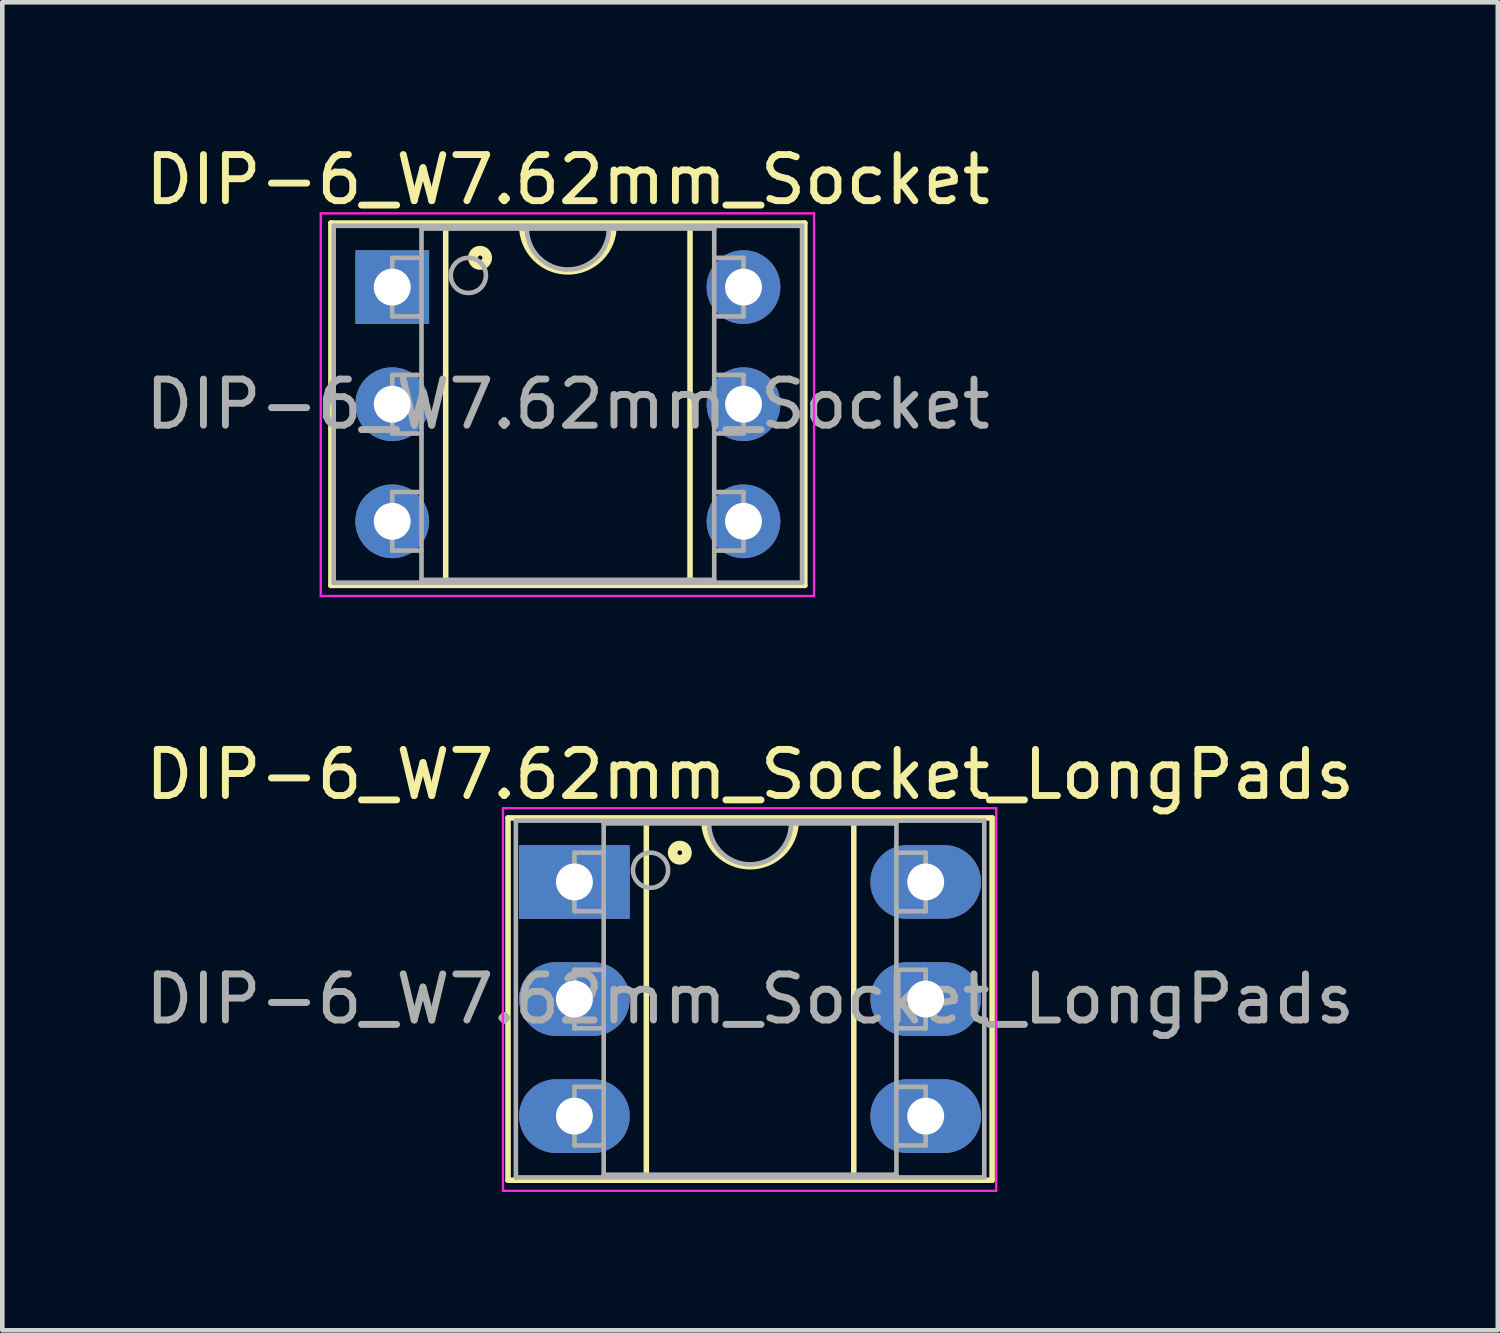
<source format=kicad_pcb>
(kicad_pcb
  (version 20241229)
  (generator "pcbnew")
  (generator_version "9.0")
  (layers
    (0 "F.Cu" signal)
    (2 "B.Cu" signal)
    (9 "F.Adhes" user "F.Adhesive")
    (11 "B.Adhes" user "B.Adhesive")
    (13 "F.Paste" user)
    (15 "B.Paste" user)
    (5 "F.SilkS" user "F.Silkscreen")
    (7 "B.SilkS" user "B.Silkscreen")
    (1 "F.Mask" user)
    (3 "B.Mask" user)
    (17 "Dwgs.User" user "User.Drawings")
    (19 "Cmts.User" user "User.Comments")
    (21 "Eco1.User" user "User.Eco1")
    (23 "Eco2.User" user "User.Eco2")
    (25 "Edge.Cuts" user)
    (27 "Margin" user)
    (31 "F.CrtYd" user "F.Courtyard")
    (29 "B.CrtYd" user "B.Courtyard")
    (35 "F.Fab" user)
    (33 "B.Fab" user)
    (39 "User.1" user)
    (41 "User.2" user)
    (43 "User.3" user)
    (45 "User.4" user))
  (footprint "DIP-6_W7.62mm_Socket_LongPads"
    (layer "F.Cu")
    (at 9.41 16.081)
    (property "Reference" "DIP-6_W7.62mm_Socket_LongPads" (at 3.81 -2.33 0) (layer "F.SilkS") (effects (font (size 1 1) (thickness 0.15))))
    (attr through_hole)
    (fp_line (start -1.44 -1.39) (end -1.44 6.47) (stroke (width 0.12) (type solid)) (layer "F.SilkS"))
    (fp_line (start -1.44 6.47) (end 9.06 6.47) (stroke (width 0.12) (type solid)) (layer "F.SilkS"))
    (fp_line (start 1.56 -1.33) (end 1.56 6.41) (stroke (width 0.12) (type solid)) (layer "F.SilkS"))
    (fp_line (start 1.56 6.41) (end 6.06 6.41) (stroke (width 0.12) (type solid)) (layer "F.SilkS"))
    (fp_line (start 2.81 -1.33) (end 1.56 -1.33) (stroke (width 0.12) (type solid)) (layer "F.SilkS"))
    (fp_line (start 6.06 -1.33) (end 4.81 -1.33) (stroke (width 0.12) (type solid)) (layer "F.SilkS"))
    (fp_line (start 6.06 6.41) (end 6.06 -1.33) (stroke (width 0.12) (type solid)) (layer "F.SilkS"))
    (fp_line (start 9.06 -1.39) (end -1.44 -1.39) (stroke (width 0.12) (type solid)) (layer "F.SilkS"))
    (fp_line (start 9.06 6.47) (end 9.06 -1.39) (stroke (width 0.12) (type solid)) (layer "F.SilkS"))
    (fp_arc (start 4.81 -1.33) (mid 3.81 -0.33) (end 2.81 -1.33) (stroke (width 0.12) (type solid)) (layer "F.SilkS"))
    (fp_circle (center 2.286 -0.635) (end 2.336 -0.635) (stroke (width 0.12) (type solid)) (fill no) (layer "F.SilkS"))
    (fp_circle (center 2.286 -0.635) (end 2.411 -0.635) (stroke (width 0.12) (type solid)) (fill no) (layer "F.SilkS"))
    (fp_circle (center 2.286 -0.635) (end 2.486 -0.635) (stroke (width 0.12) (type solid)) (fill no) (layer "F.SilkS"))
    (fp_line (start -1.55 -1.6) (end -1.55 6.7) (stroke (width 0.05) (type solid)) (layer "F.CrtYd"))
    (fp_line (start -1.55 6.7) (end 9.15 6.7) (stroke (width 0.05) (type solid)) (layer "F.CrtYd"))
    (fp_line (start 9.15 -1.6) (end -1.55 -1.6) (stroke (width 0.05) (type solid)) (layer "F.CrtYd"))
    (fp_line (start 9.15 6.7) (end 9.15 -1.6) (stroke (width 0.05) (type solid)) (layer "F.CrtYd"))
    (fp_line (start -1.27 -1.33) (end -1.27 6.41) (stroke (width 0.1) (type solid)) (layer "F.Fab"))
    (fp_line (start -1.27 6.41) (end 8.89 6.41) (stroke (width 0.1) (type solid)) (layer "F.Fab"))
    (fp_line (start 0 -0.635) (end 0 0.635) (stroke (width 0.1) (type solid)) (layer "F.Fab"))
    (fp_line (start 0 -0.635) (end 0.635 -0.635) (stroke (width 0.1) (type solid)) (layer "F.Fab"))
    (fp_line (start 0 0.635) (end 0.635 0.635) (stroke (width 0.1) (type solid)) (layer "F.Fab"))
    (fp_line (start 0 1.905) (end 0 3.175) (stroke (width 0.1) (type solid)) (layer "F.Fab"))
    (fp_line (start 0 1.905) (end 0.635 1.905) (stroke (width 0.1) (type solid)) (layer "F.Fab"))
    (fp_line (start 0 3.175) (end 0.635 3.175) (stroke (width 0.1) (type solid)) (layer "F.Fab"))
    (fp_line (start 0 4.445) (end 0 5.715) (stroke (width 0.1) (type solid)) (layer "F.Fab"))
    (fp_line (start 0 4.445) (end 0.635 4.445) (stroke (width 0.1) (type solid)) (layer "F.Fab"))
    (fp_line (start 0 5.715) (end 0.635 5.715) (stroke (width 0.1) (type solid)) (layer "F.Fab"))
    (fp_line (start 0.635 -1.27) (end 6.985 -1.27) (stroke (width 0.1) (type solid)) (layer "F.Fab"))
    (fp_line (start 0.635 6.35) (end 0.635 -1.27) (stroke (width 0.1) (type solid)) (layer "F.Fab"))
    (fp_line (start 6.985 -1.27) (end 6.985 6.35) (stroke (width 0.1) (type solid)) (layer "F.Fab"))
    (fp_line (start 6.985 6.35) (end 0.635 6.35) (stroke (width 0.1) (type solid)) (layer "F.Fab"))
    (fp_line (start 7.62 -0.635) (end 6.985 -0.635) (stroke (width 0.1) (type solid)) (layer "F.Fab"))
    (fp_line (start 7.62 0.635) (end 6.985 0.635) (stroke (width 0.1) (type solid)) (layer "F.Fab"))
    (fp_line (start 7.62 0.635) (end 7.62 -0.635) (stroke (width 0.1) (type solid)) (layer "F.Fab"))
    (fp_line (start 7.62 1.905) (end 6.985 1.905) (stroke (width 0.1) (type solid)) (layer "F.Fab"))
    (fp_line (start 7.62 3.175) (end 6.985 3.175) (stroke (width 0.1) (type solid)) (layer "F.Fab"))
    (fp_line (start 7.62 3.175) (end 7.62 1.905) (stroke (width 0.1) (type solid)) (layer "F.Fab"))
    (fp_line (start 7.62 4.445) (end 6.985 4.445) (stroke (width 0.1) (type solid)) (layer "F.Fab"))
    (fp_line (start 7.62 5.715) (end 6.985 5.715) (stroke (width 0.1) (type solid)) (layer "F.Fab"))
    (fp_line (start 7.62 5.715) (end 7.62 4.445) (stroke (width 0.1) (type solid)) (layer "F.Fab"))
    (fp_line (start 8.89 -1.33) (end -1.27 -1.33) (stroke (width 0.1) (type solid)) (layer "F.Fab"))
    (fp_line (start 8.89 6.41) (end 8.89 -1.33) (stroke (width 0.1) (type solid)) (layer "F.Fab"))
    (fp_arc (start 4.699 -1.27) (mid 3.81 -0.381) (end 2.921 -1.27) (stroke (width 0.1) (type solid)) (layer "F.Fab"))
    (fp_circle (center 1.651 -0.254) (end 2.032 -0.254) (stroke (width 0.1) (type solid)) (fill no) (layer "F.Fab"))
    (fp_text user "${REFERENCE}" (at 3.81 2.54 0) (layer "F.Fab") (effects (font (size 1 1) (thickness 0.15))))
    (pad "1" thru_hole rect (at 0 0) (size 2.4 1.6) (drill 0.8) (layers "*.Cu" "*.Mask"))
    (pad "2" thru_hole oval (at 0 2.54) (size 2.4 1.6) (drill 0.8) (layers "*.Cu" "*.Mask"))
    (pad "3" thru_hole oval (at 0 5.08) (size 2.4 1.6) (drill 0.8) (layers "*.Cu" "*.Mask"))
    (pad "4" thru_hole oval (at 7.62 5.08) (size 2.4 1.6) (drill 0.8) (layers "*.Cu" "*.Mask"))
    (pad "5" thru_hole oval (at 7.62 2.54) (size 2.4 1.6) (drill 0.8) (layers "*.Cu" "*.Mask"))
    (pad "6" thru_hole oval (at 7.62 0) (size 2.4 1.6) (drill 0.8) (layers "*.Cu" "*.Mask")))
  (footprint "DIP-6_W7.62mm_Socket"
    (layer "F.Cu")
    (at 5.458 3.178)
    (property "Reference" "DIP-6_W7.62mm_Socket" (at 3.81 -2.33 0) (layer "F.SilkS") (effects (font (size 1 1) (thickness 0.15))))
    (attr through_hole)
    (fp_line (start -1.33 -1.39) (end -1.33 6.47) (stroke (width 0.12) (type solid)) (layer "F.SilkS"))
    (fp_line (start -1.33 6.47) (end 8.95 6.47) (stroke (width 0.12) (type solid)) (layer "F.SilkS"))
    (fp_line (start 1.16 -1.33) (end 1.16 6.41) (stroke (width 0.12) (type solid)) (layer "F.SilkS"))
    (fp_line (start 1.16 6.41) (end 6.46 6.41) (stroke (width 0.12) (type solid)) (layer "F.SilkS"))
    (fp_line (start 2.81 -1.33) (end 1.16 -1.33) (stroke (width 0.12) (type solid)) (layer "F.SilkS"))
    (fp_line (start 6.46 -1.33) (end 4.81 -1.33) (stroke (width 0.12) (type solid)) (layer "F.SilkS"))
    (fp_line (start 6.46 6.41) (end 6.46 -1.33) (stroke (width 0.12) (type solid)) (layer "F.SilkS"))
    (fp_line (start 8.95 -1.39) (end -1.33 -1.39) (stroke (width 0.12) (type solid)) (layer "F.SilkS"))
    (fp_line (start 8.95 6.47) (end 8.95 -1.39) (stroke (width 0.12) (type solid)) (layer "F.SilkS"))
    (fp_arc (start 4.81 -1.33) (mid 3.81 -0.33) (end 2.81 -1.33) (stroke (width 0.12) (type solid)) (layer "F.SilkS"))
    (fp_circle (center 1.905 -0.635) (end 1.955 -0.635) (stroke (width 0.12) (type solid)) (fill no) (layer "F.SilkS"))
    (fp_circle (center 1.905 -0.635) (end 2.03 -0.635) (stroke (width 0.12) (type solid)) (fill no) (layer "F.SilkS"))
    (fp_circle (center 1.905 -0.635) (end 2.105 -0.635) (stroke (width 0.12) (type solid)) (fill no) (layer "F.SilkS"))
    (fp_line (start -1.55 -1.6) (end -1.55 6.7) (stroke (width 0.05) (type solid)) (layer "F.CrtYd"))
    (fp_line (start -1.55 6.7) (end 9.15 6.7) (stroke (width 0.05) (type solid)) (layer "F.CrtYd"))
    (fp_line (start 9.15 -1.6) (end -1.55 -1.6) (stroke (width 0.05) (type solid)) (layer "F.CrtYd"))
    (fp_line (start 9.15 6.7) (end 9.15 -1.6) (stroke (width 0.05) (type solid)) (layer "F.CrtYd"))
    (fp_line (start -1.27 -1.33) (end -1.27 6.41) (stroke (width 0.1) (type solid)) (layer "F.Fab"))
    (fp_line (start -1.27 6.41) (end 8.89 6.41) (stroke (width 0.1) (type solid)) (layer "F.Fab"))
    (fp_line (start 0 -0.635) (end 0 0.635) (stroke (width 0.1) (type solid)) (layer "F.Fab"))
    (fp_line (start 0 -0.635) (end 0.635 -0.635) (stroke (width 0.1) (type solid)) (layer "F.Fab"))
    (fp_line (start 0 0.635) (end 0.635 0.635) (stroke (width 0.1) (type solid)) (layer "F.Fab"))
    (fp_line (start 0 1.905) (end 0 3.175) (stroke (width 0.1) (type solid)) (layer "F.Fab"))
    (fp_line (start 0 1.905) (end 0.635 1.905) (stroke (width 0.1) (type solid)) (layer "F.Fab"))
    (fp_line (start 0 3.175) (end 0.635 3.175) (stroke (width 0.1) (type solid)) (layer "F.Fab"))
    (fp_line (start 0 4.445) (end 0 5.715) (stroke (width 0.1) (type solid)) (layer "F.Fab"))
    (fp_line (start 0 4.445) (end 0.635 4.445) (stroke (width 0.1) (type solid)) (layer "F.Fab"))
    (fp_line (start 0 5.715) (end 0.635 5.715) (stroke (width 0.1) (type solid)) (layer "F.Fab"))
    (fp_line (start 0.635 -1.27) (end 6.985 -1.27) (stroke (width 0.1) (type solid)) (layer "F.Fab"))
    (fp_line (start 0.635 6.35) (end 0.635 -1.27) (stroke (width 0.1) (type solid)) (layer "F.Fab"))
    (fp_line (start 6.985 -1.27) (end 6.985 6.35) (stroke (width 0.1) (type solid)) (layer "F.Fab"))
    (fp_line (start 6.985 6.35) (end 0.635 6.35) (stroke (width 0.1) (type solid)) (layer "F.Fab"))
    (fp_line (start 7.62 -0.635) (end 6.985 -0.635) (stroke (width 0.1) (type solid)) (layer "F.Fab"))
    (fp_line (start 7.62 0.635) (end 6.985 0.635) (stroke (width 0.1) (type solid)) (layer "F.Fab"))
    (fp_line (start 7.62 0.635) (end 7.62 -0.635) (stroke (width 0.1) (type solid)) (layer "F.Fab"))
    (fp_line (start 7.62 1.905) (end 6.985 1.905) (stroke (width 0.1) (type solid)) (layer "F.Fab"))
    (fp_line (start 7.62 3.175) (end 6.985 3.175) (stroke (width 0.1) (type solid)) (layer "F.Fab"))
    (fp_line (start 7.62 3.175) (end 7.62 1.905) (stroke (width 0.1) (type solid)) (layer "F.Fab"))
    (fp_line (start 7.62 4.445) (end 6.985 4.445) (stroke (width 0.1) (type solid)) (layer "F.Fab"))
    (fp_line (start 7.62 5.715) (end 6.985 5.715) (stroke (width 0.1) (type solid)) (layer "F.Fab"))
    (fp_line (start 7.62 5.715) (end 7.62 4.445) (stroke (width 0.1) (type solid)) (layer "F.Fab"))
    (fp_line (start 8.89 -1.33) (end -1.27 -1.33) (stroke (width 0.1) (type solid)) (layer "F.Fab"))
    (fp_line (start 8.89 6.41) (end 8.89 -1.33) (stroke (width 0.1) (type solid)) (layer "F.Fab"))
    (fp_arc (start 4.699 -1.27) (mid 3.81 -0.381) (end 2.921 -1.27) (stroke (width 0.1) (type solid)) (layer "F.Fab"))
    (fp_circle (center 1.651 -0.254) (end 2.032 -0.254) (stroke (width 0.1) (type solid)) (fill no) (layer "F.Fab"))
    (fp_text user "${REFERENCE}" (at 3.81 2.54 0) (layer "F.Fab") (effects (font (size 1 1) (thickness 0.15))))
    (pad "1" thru_hole rect (at 0 0) (size 1.6 1.6) (drill 0.8) (layers "*.Cu" "*.Mask"))
    (pad "2" thru_hole oval (at 0 2.54) (size 1.6 1.6) (drill 0.8) (layers "*.Cu" "*.Mask"))
    (pad "3" thru_hole oval (at 0 5.08) (size 1.6 1.6) (drill 0.8) (layers "*.Cu" "*.Mask"))
    (pad "4" thru_hole oval (at 7.62 5.08) (size 1.6 1.6) (drill 0.8) (layers "*.Cu" "*.Mask"))
    (pad "5" thru_hole oval (at 7.62 2.54) (size 1.6 1.6) (drill 0.8) (layers "*.Cu" "*.Mask"))
    (pad "6" thru_hole oval (at 7.62 0) (size 1.6 1.6) (drill 0.8) (layers "*.Cu" "*.Mask")))
  (gr_rect
    (start -3 -3)
    (end 29.44 25.806)
    (stroke (width 0.1) (type default))
    (fill no)
    (layer "Edge.Cuts")))
</source>
